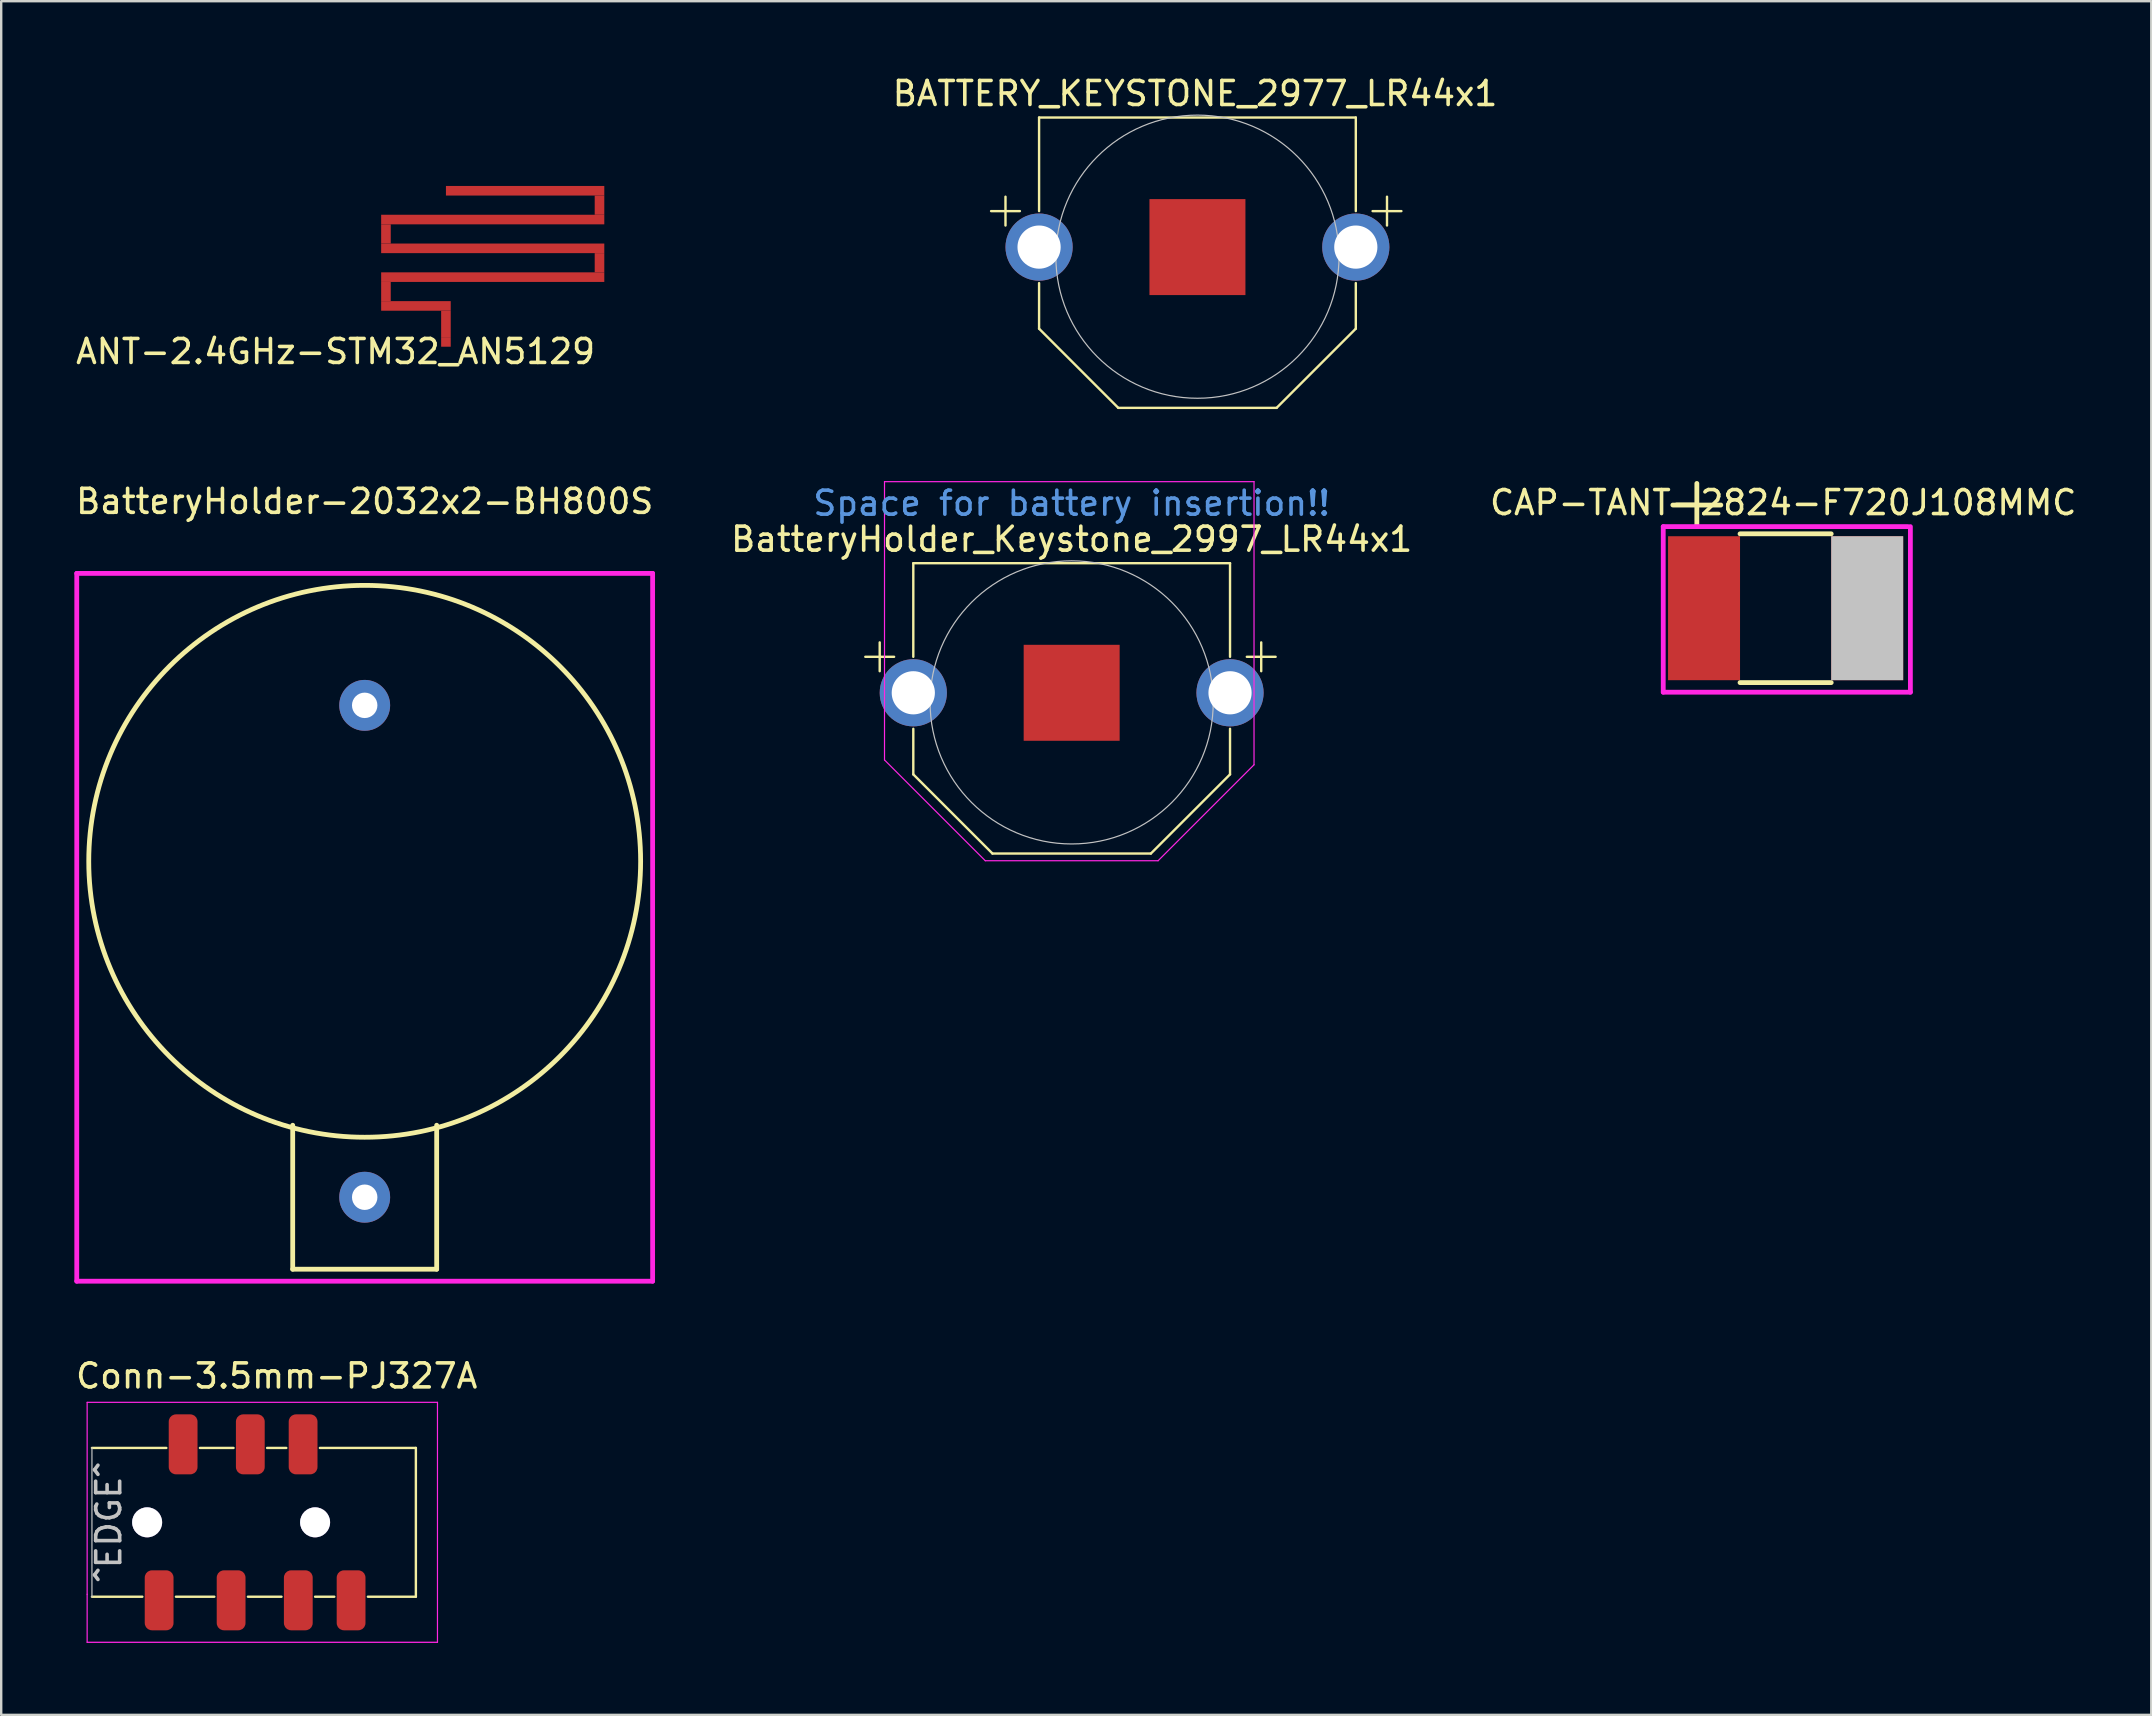
<source format=kicad_pcb>
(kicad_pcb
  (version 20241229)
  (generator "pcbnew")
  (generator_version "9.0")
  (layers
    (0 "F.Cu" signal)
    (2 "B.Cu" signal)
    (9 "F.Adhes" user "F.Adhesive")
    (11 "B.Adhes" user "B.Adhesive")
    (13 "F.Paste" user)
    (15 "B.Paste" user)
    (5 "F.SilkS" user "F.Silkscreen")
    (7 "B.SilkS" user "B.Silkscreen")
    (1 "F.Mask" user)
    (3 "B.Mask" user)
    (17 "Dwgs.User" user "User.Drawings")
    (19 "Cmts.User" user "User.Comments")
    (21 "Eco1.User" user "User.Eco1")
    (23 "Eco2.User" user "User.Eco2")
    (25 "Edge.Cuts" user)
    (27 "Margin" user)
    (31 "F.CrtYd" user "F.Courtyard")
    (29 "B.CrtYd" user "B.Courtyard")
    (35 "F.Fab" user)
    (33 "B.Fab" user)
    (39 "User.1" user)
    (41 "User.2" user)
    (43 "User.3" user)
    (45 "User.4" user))
  (footprint "BatteryHolder_Keystone_2997_LR44x1"
    (layer "F.Cu")
    (at 41.613 25.823)
    (property "Reference" "BatteryHolder_Keystone_2997_LR44x1" (at 0 -6.4 0) (unlocked yes) (layer "F.SilkS") (effects (font (size 1 1) (thickness 0.15))))
    (attr through_hole)
    (fp_line (start -8.6 -1.5) (end -7.4 -1.5) (stroke (width 0.1) (type solid)) (layer "F.SilkS"))
    (fp_line (start -8 -2.1) (end -8 -0.9) (stroke (width 0.1) (type solid)) (layer "F.SilkS"))
    (fp_line (start -6.6 -5.4) (end 6.6 -5.4) (stroke (width 0.1) (type solid)) (layer "F.SilkS"))
    (fp_line (start -6.6 -1.5) (end -6.6 -5.4) (stroke (width 0.1) (type solid)) (layer "F.SilkS"))
    (fp_line (start -6.6 3.4) (end -6.6 1.5) (stroke (width 0.1) (type solid)) (layer "F.SilkS"))
    (fp_line (start -6.6 3.4) (end -3.3 6.7) (stroke (width 0.1) (type solid)) (layer "F.SilkS"))
    (fp_line (start 3.3 6.7) (end -3.3 6.7) (stroke (width 0.1) (type solid)) (layer "F.SilkS"))
    (fp_line (start 3.3 6.7) (end 6.6 3.4) (stroke (width 0.1) (type solid)) (layer "F.SilkS"))
    (fp_line (start 6.6 -1.5) (end 6.6 -5.4) (stroke (width 0.1) (type solid)) (layer "F.SilkS"))
    (fp_line (start 6.6 1.5) (end 6.6 3.4) (stroke (width 0.1) (type solid)) (layer "F.SilkS"))
    (fp_line (start 7.9 -0.9) (end 7.9 -2.1) (stroke (width 0.1) (type solid)) (layer "F.SilkS"))
    (fp_line (start 8.5 -1.5) (end 7.3 -1.5) (stroke (width 0.1) (type solid)) (layer "F.SilkS"))
    (fp_circle (center 0 0.4) (end 5.9 0.4) (stroke (width 0.05) (type solid)) (fill no) (layer "Dwgs.User"))
    (fp_line (start -7.8 -8.8) (end -7.8 -6.1) (stroke (width 0.05) (type solid)) (layer "F.CrtYd"))
    (fp_line (start -7.8 -6.1) (end -7.8 2.8) (stroke (width 0.05) (type solid)) (layer "F.CrtYd"))
    (fp_line (start -7.8 2.8) (end -3.6 7) (stroke (width 0.05) (type solid)) (layer "F.CrtYd"))
    (fp_line (start -3.6 7) (end 3.6 7) (stroke (width 0.05) (type solid)) (layer "F.CrtYd"))
    (fp_line (start 3.6 7) (end 7.6 3) (stroke (width 0.05) (type solid)) (layer "F.CrtYd"))
    (fp_line (start 7.6 -8.8) (end -7.8 -8.8) (stroke (width 0.05) (type solid)) (layer "F.CrtYd"))
    (fp_line (start 7.6 3) (end 7.6 -8.8) (stroke (width 0.05) (type solid)) (layer "F.CrtYd"))
    (fp_text user "Space for battery insertion!!" (at 0 -7.9 0) (unlocked yes) (layer "Cmts.User") (effects (font (size 1 1) (thickness 0.15))))
    (pad "1" thru_hole circle (at -6.6 0) (size 2.8 2.8) (drill 1.8) (layers "*.Cu" "*.Mask"))
    (pad "1" thru_hole circle (at 6.6 0) (size 2.8 2.8) (drill 1.8) (layers "*.Cu" "*.Mask"))
    (pad "2" smd rect (at 0 0) (size 4 4) (layers "F.Cu" "F.Mask" "F.Paste")))
  (footprint "CAP-TANT-2824-F720J108MMC"
    (layer "F.Cu")
    (at 67.968 22.298)
    (property "Reference" "CAP-TANT-2824-F720J108MMC" (at 3.3 -4.4 0) (layer "F.SilkS") (effects (font (size 1 1) (thickness 0.15))))
    (attr through_hole)
    (fp_line (start -1.3 -4.3) (end 0.7 -4.3) (stroke (width 0.2) (type solid)) (layer "F.SilkS"))
    (fp_line (start -0.3 -5.2) (end -0.3 -3.4) (stroke (width 0.2) (type solid)) (layer "F.SilkS"))
    (fp_line (start 1.5 -3.1) (end 5.3 -3.1) (stroke (width 0.2) (type solid)) (layer "F.SilkS"))
    (fp_line (start 1.5 3.1) (end 5.3 3.1) (stroke (width 0.2) (type solid)) (layer "F.SilkS"))
    (fp_line (start -1.7 -3.4) (end -1.7 3.5) (stroke (width 0.2) (type solid)) (layer "F.CrtYd"))
    (fp_line (start -1.7 3.5) (end 8.6 3.5) (stroke (width 0.2) (type solid)) (layer "F.CrtYd"))
    (fp_line (start 8.5 -3.4) (end -1.7 -3.4) (stroke (width 0.2) (type solid)) (layer "F.CrtYd"))
    (fp_line (start 8.6 3.5) (end 8.6 -3.4) (stroke (width 0.2) (type solid)) (layer "F.CrtYd"))
    (pad "1" smd rect (at 0 0) (size 3 6) (layers "F.Cu" "F.Mask" "F.Paste"))
    (pad "2" smd rect (at 6.8 0) (size 3 6) (layers "F.Cu" "F.Mask" "F.Paste" "Dwgs.User")))
  (footprint "BATTERY_KEYSTONE_2977_LR44x1"
    (layer "F.Cu")
    (at 46.855 7.248)
    (property "Reference" "BATTERY_KEYSTONE_2977_LR44x1" (at -0.1 -6.4 0) (unlocked yes) (layer "F.SilkS") (effects (font (size 1 1) (thickness 0.15))))
    (attr through_hole)
    (fp_line (start -8.6 -1.5) (end -7.4 -1.5) (stroke (width 0.1) (type solid)) (layer "F.SilkS"))
    (fp_line (start -8 -2.1) (end -8 -0.9) (stroke (width 0.1) (type solid)) (layer "F.SilkS"))
    (fp_line (start -6.6 -5.4) (end 6.6 -5.4) (stroke (width 0.1) (type solid)) (layer "F.SilkS"))
    (fp_line (start -6.6 -1.5) (end -6.6 -5.4) (stroke (width 0.1) (type solid)) (layer "F.SilkS"))
    (fp_line (start -6.6 3.4) (end -6.6 1.5) (stroke (width 0.1) (type solid)) (layer "F.SilkS"))
    (fp_line (start -6.6 3.4) (end -3.3 6.7) (stroke (width 0.1) (type solid)) (layer "F.SilkS"))
    (fp_line (start 3.3 6.7) (end -3.3 6.7) (stroke (width 0.1) (type solid)) (layer "F.SilkS"))
    (fp_line (start 3.3 6.7) (end 6.6 3.4) (stroke (width 0.1) (type solid)) (layer "F.SilkS"))
    (fp_line (start 6.6 -1.5) (end 6.6 -5.4) (stroke (width 0.1) (type solid)) (layer "F.SilkS"))
    (fp_line (start 6.6 1.5) (end 6.6 3.4) (stroke (width 0.1) (type solid)) (layer "F.SilkS"))
    (fp_line (start 7.9 -0.9) (end 7.9 -2.1) (stroke (width 0.1) (type solid)) (layer "F.SilkS"))
    (fp_line (start 8.5 -1.5) (end 7.3 -1.5) (stroke (width 0.1) (type solid)) (layer "F.SilkS"))
    (fp_circle (center 0 0.4) (end 5.9 0.4) (stroke (width 0.05) (type solid)) (fill no) (layer "Dwgs.User"))
    (pad "1" thru_hole circle (at -6.6 0) (size 2.8 2.8) (drill 1.8) (layers "*.Cu" "*.Mask"))
    (pad "1" thru_hole circle (at 6.6 0) (size 2.8 2.8) (drill 1.8) (layers "*.Cu" "*.Mask"))
    (pad "2" smd rect (at 0 0) (size 4 4) (layers "F.Cu" "F.Mask" "F.Paste")))
  (footprint "Conn-3.5mm-PJ327A"
    (layer "F.Cu")
    (at 0.782 60.395)
    (property "Reference" "Conn-3.5mm-PJ327A" (at 7.7 -6.1 0) (layer "F.SilkS") (effects (font (size 1 1) (thickness 0.15))))
    (attr through_hole)
    (fp_line (start 0 -3.1) (end 3.1 -3.1) (stroke (width 0.1) (type solid)) (layer "F.SilkS"))
    (fp_line (start 2.1 3.1) (end 0 3.1) (stroke (width 0.1) (type solid)) (layer "F.SilkS"))
    (fp_line (start 4.5 -3.1) (end 5.9 -3.1) (stroke (width 0.1) (type solid)) (layer "F.SilkS"))
    (fp_line (start 5.1 3.1) (end 3.5 3.1) (stroke (width 0.1) (type solid)) (layer "F.SilkS"))
    (fp_line (start 7.3 -3.1) (end 8.1 -3.1) (stroke (width 0.1) (type solid)) (layer "F.SilkS"))
    (fp_line (start 7.9 3.1) (end 6.5 3.1) (stroke (width 0.1) (type solid)) (layer "F.SilkS"))
    (fp_line (start 9.5 -3.1) (end 13.5 -3.1) (stroke (width 0.1) (type solid)) (layer "F.SilkS"))
    (fp_line (start 10.1 3.1) (end 9.3 3.1) (stroke (width 0.1) (type solid)) (layer "F.SilkS"))
    (fp_line (start 13.5 -3.1) (end 13.5 3.1) (stroke (width 0.1) (type solid)) (layer "F.SilkS"))
    (fp_line (start 13.5 3.1) (end 11.5 3.1) (stroke (width 0.1) (type solid)) (layer "F.SilkS"))
    (fp_line (start 0 -3.1) (end 0 3.1) (stroke (width 0.05) (type solid)) (layer "Dwgs.User"))
    (fp_line (start -0.2 -5) (end 14.4 -5) (stroke (width 0.05) (type solid)) (layer "F.CrtYd"))
    (fp_line (start -0.2 3) (end -0.2 -5) (stroke (width 0.05) (type solid)) (layer "F.CrtYd"))
    (fp_line (start -0.2 5) (end -0.2 3) (stroke (width 0.05) (type solid)) (layer "F.CrtYd"))
    (fp_line (start 14.4 -5) (end 14.4 5) (stroke (width 0.05) (type solid)) (layer "F.CrtYd"))
    (fp_line (start 14.4 5) (end -0.2 5) (stroke (width 0.05) (type solid)) (layer "F.CrtYd"))
    (fp_text user "^EDGE^" (at 0.7 0 90) (layer "Dwgs.User") (effects (font (size 1 1) (thickness 0.15))))
    (pad "G" smd roundrect (at 2.8 3.25) (size 1.2 2.5) (layers "F.Cu" "F.Mask" "F.Paste") (roundrect_rratio 0.25))
    (pad "R" smd roundrect (at 8.6 3.25) (size 1.2 2.5) (layers "F.Cu" "F.Mask" "F.Paste") (roundrect_rratio 0.25))
    (pad "RN" smd roundrect (at 6.6 -3.25) (size 1.2 2.5) (layers "F.Cu" "F.Mask" "F.Paste") (roundrect_rratio 0.25))
    (pad "S" smd roundrect (at 5.8 3.25) (size 1.2 2.5) (layers "F.Cu" "F.Mask" "F.Paste") (roundrect_rratio 0.25))
    (pad "SN" smd roundrect (at 3.8 -3.25) (size 1.2 2.5) (layers "F.Cu" "F.Mask" "F.Paste") (roundrect_rratio 0.25))
    (pad "T" smd roundrect (at 8.8 -3.25) (size 1.2 2.5) (layers "F.Cu" "F.Mask" "F.Paste") (roundrect_rratio 0.25))
    (pad "TN" smd roundrect (at 10.8 3.25) (size 1.2 2.5) (layers "F.Cu" "F.Mask" "F.Paste") (roundrect_rratio 0.25))
    (pad "~" thru_hole circle (at 2.3 0) (size 1.25 1.25) (drill 1.25) (layers "*.Cu" "*.Mask"))
    (pad "~" thru_hole circle (at 9.3 0) (size 1.25 1.25) (drill 1.25) (layers "*.Cu" "*.Mask")))
  (footprint "ANT-2.4GHz-STM32_AN5129"
    (layer "F.Cu")
    (at 15.535 11)
    (property "Reference" "ANT-2.4GHz-STM32_AN5129" (at -4.6 0.6 0) (unlocked yes) (layer "F.SilkS") (effects (font (size 1 1) (thickness 0.15))))
    (attr smd)
    (fp_rect (start -2.7 -5.1) (end 6.6 -4.7) (stroke (width 0) (type solid)) (fill yes) (layer "F.Cu"))
    (fp_rect (start -2.7 -4.7) (end -2.3 -3.9) (stroke (width 0) (type solid)) (fill yes) (layer "F.Cu"))
    (fp_rect (start -2.7 -3.9) (end 6.6 -3.5) (stroke (width 0) (type solid)) (fill yes) (layer "F.Cu"))
    (fp_rect (start -2.7 -2.7) (end 6.6 -2.3) (stroke (width 0) (type solid)) (fill yes) (layer "F.Cu"))
    (fp_rect (start -2.7 -2.3) (end -2.3 -1.5) (stroke (width 0) (type solid)) (fill yes) (layer "F.Cu"))
    (fp_rect (start -2.7 -1.5) (end 0.2 -1.1) (stroke (width 0) (type solid)) (fill yes) (layer "F.Cu"))
    (fp_rect (start -0.2 -1.1) (end 0.2 0) (stroke (width 0) (type solid)) (fill yes) (layer "F.Cu"))
    (fp_rect (start 0 -6.3) (end 6.6 -5.9) (stroke (width 0) (type solid)) (fill yes) (layer "F.Cu"))
    (fp_rect (start 6.2 -5.9) (end 6.6 -5.1) (stroke (width 0) (type solid)) (fill yes) (layer "F.Cu"))
    (fp_rect (start 6.2 -3.5) (end 6.6 -2.7) (stroke (width 0) (type solid)) (fill yes) (layer "F.Cu"))
    (pad "1" smd rect (at 0 0.2) (size 0.4 0.4) (layers "F.Cu" "F.Mask" "F.Paste"))
    (zone (net_name "") (layers "F.Cu" "B.Cu") (hatch edge 0.5) (connect_pads) (min_thickness 0.25) (filled_areas_thickness no) (keepout (tracks not_allowed) (vias not_allowed) (pads not_allowed) (copperpour not_allowed) (footprints not_allowed)) (placement (enabled no)) (fill) (polygon (pts (xy 12.035 11) (xy 12.035 0) (xy 31.035 0) (xy 31.035 11)))))
  (footprint "BatteryHolder-2032x2-BH800S"
    (layer "F.Cu")
    (at 12.149 26.346)
    (property "Reference" "BatteryHolder-2032x2-BH800S" (at 0 -8.5 0) (layer "F.SilkS") (effects (font (size 1 1) (thickness 0.15))))
    (attr through_hole)
    (fp_line (start -3 17.5) (end -3 23.5) (stroke (width 0.2) (type solid)) (layer "F.SilkS"))
    (fp_line (start -3 23.5) (end 3 23.5) (stroke (width 0.2) (type solid)) (layer "F.SilkS"))
    (fp_line (start 3 23.5) (end 3 17.5) (stroke (width 0.2) (type solid)) (layer "F.SilkS"))
    (fp_circle (center 0 6.5) (end 11.5 6.5) (stroke (width 0.2) (type solid)) (fill no) (layer "F.SilkS"))
    (fp_line (start -12 -5.5) (end -12 24) (stroke (width 0.2) (type solid)) (layer "F.CrtYd"))
    (fp_line (start -12 24) (end 12 24) (stroke (width 0.2) (type solid)) (layer "F.CrtYd"))
    (fp_line (start 12 -5.5) (end -12 -5.5) (stroke (width 0.2) (type solid)) (layer "F.CrtYd"))
    (fp_line (start 12 24) (end 12 -5.5) (stroke (width 0.2) (type solid)) (layer "F.CrtYd"))
    (pad "1" thru_hole circle (at 0 0) (size 2.12 2.12) (drill 1.06) (layers "*.Cu" "*.Mask"))
    (pad "2" thru_hole circle (at 0 20.5) (size 2.12 2.12) (drill 1.06) (layers "*.Cu" "*.Mask")))
  (gr_rect
    (start -3 -3)
    (end 86.607 68.42)
    (stroke (width 0.1) (type default))
    (fill no)
    (layer "Edge.Cuts")))
</source>
